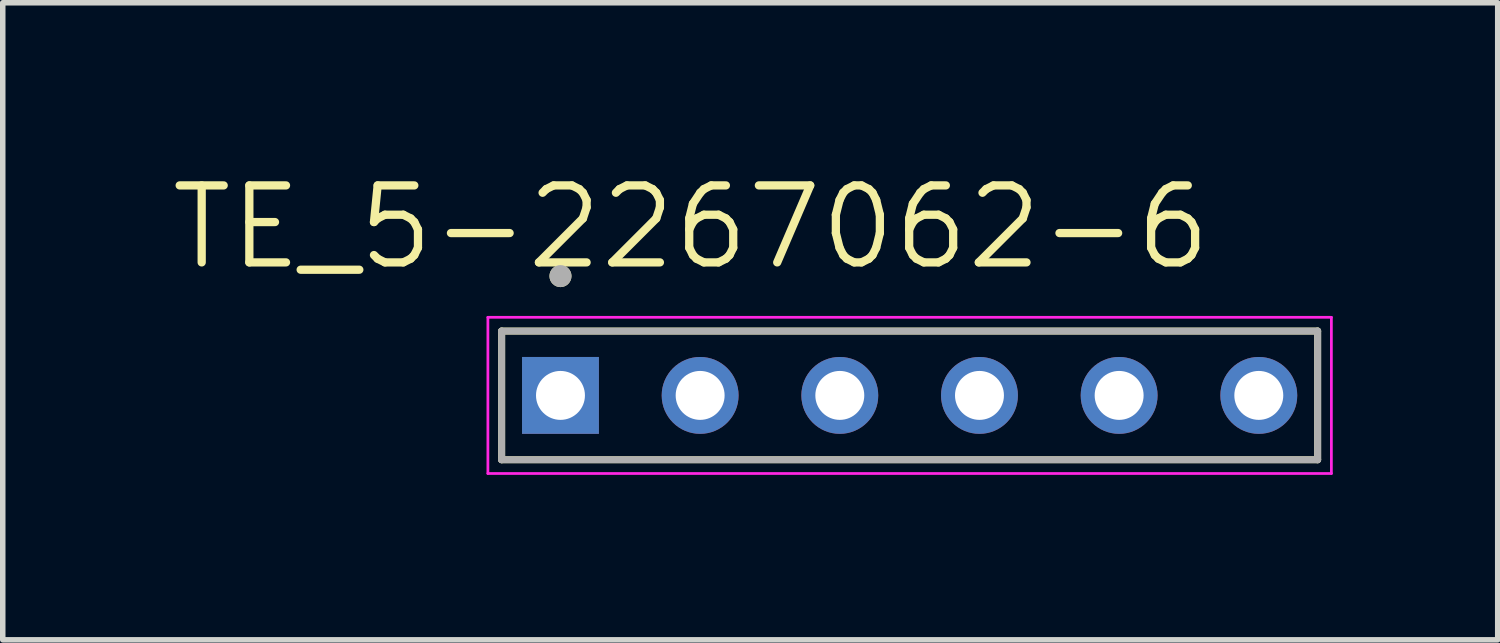
<source format=kicad_pcb>
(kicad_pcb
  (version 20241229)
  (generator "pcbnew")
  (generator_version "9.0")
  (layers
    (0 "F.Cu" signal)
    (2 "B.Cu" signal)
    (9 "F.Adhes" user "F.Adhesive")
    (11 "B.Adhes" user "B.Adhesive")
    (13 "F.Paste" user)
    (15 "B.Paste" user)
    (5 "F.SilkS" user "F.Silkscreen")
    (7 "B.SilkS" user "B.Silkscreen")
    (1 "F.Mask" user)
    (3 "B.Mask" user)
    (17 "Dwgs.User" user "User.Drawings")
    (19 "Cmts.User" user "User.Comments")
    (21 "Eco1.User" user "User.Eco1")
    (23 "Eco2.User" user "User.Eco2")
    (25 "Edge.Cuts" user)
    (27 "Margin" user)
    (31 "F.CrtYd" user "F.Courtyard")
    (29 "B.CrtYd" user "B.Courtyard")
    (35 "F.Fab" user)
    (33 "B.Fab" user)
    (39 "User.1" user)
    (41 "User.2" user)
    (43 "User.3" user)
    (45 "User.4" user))
  (footprint "TE_5-2267062-6"
    (layer "F.Cu")
    (at 13.493 4.141)
    (property "Reference" "TE_5-2267062-6" (at -3.975 -3.059 0) (layer "F.SilkS") (effects (font (size 1.4 1.4) (thickness 0.15))))
    (attr through_hole)
    (fp_line (start -7.42 -1.17) (end 7.42 -1.17) (stroke (width 0.127) (type solid)) (layer "F.SilkS"))
    (fp_line (start -7.42 1.17) (end -7.42 -1.17) (stroke (width 0.127) (type solid)) (layer "F.SilkS"))
    (fp_line (start 7.42 -1.17) (end 7.42 1.17) (stroke (width 0.127) (type solid)) (layer "F.SilkS"))
    (fp_line (start 7.42 1.17) (end -7.42 1.17) (stroke (width 0.127) (type solid)) (layer "F.SilkS"))
    (fp_circle (center -6.35 -2.17) (end -6.25 -2.17) (stroke (width 0.2) (type solid)) (fill no) (layer "F.SilkS"))
    (fp_line (start -7.67 -1.42) (end 7.67 -1.42) (stroke (width 0.05) (type solid)) (layer "F.CrtYd"))
    (fp_line (start -7.67 1.42) (end -7.67 -1.42) (stroke (width 0.05) (type solid)) (layer "F.CrtYd"))
    (fp_line (start 7.67 -1.42) (end 7.67 1.42) (stroke (width 0.05) (type solid)) (layer "F.CrtYd"))
    (fp_line (start 7.67 1.42) (end -7.67 1.42) (stroke (width 0.05) (type solid)) (layer "F.CrtYd"))
    (fp_line (start -7.42 -1.17) (end 7.42 -1.17) (stroke (width 0.127) (type solid)) (layer "F.Fab"))
    (fp_line (start -7.42 1.17) (end -7.42 -1.17) (stroke (width 0.127) (type solid)) (layer "F.Fab"))
    (fp_line (start 7.42 -1.17) (end 7.42 1.17) (stroke (width 0.127) (type solid)) (layer "F.Fab"))
    (fp_line (start 7.42 1.17) (end -7.42 1.17) (stroke (width 0.127) (type solid)) (layer "F.Fab"))
    (fp_circle (center -6.35 -2.17) (end -6.25 -2.17) (stroke (width 0.2) (type solid)) (fill no) (layer "F.Fab"))
    (pad "1" thru_hole rect (at -6.35 0) (size 1.398 1.398) (drill 0.89) (layers "*.Cu" "*.Mask"))
    (pad "2" thru_hole circle (at -3.81 0) (size 1.398 1.398) (drill 0.89) (layers "*.Cu" "*.Mask"))
    (pad "3" thru_hole circle (at -1.27 0) (size 1.398 1.398) (drill 0.89) (layers "*.Cu" "*.Mask"))
    (pad "4" thru_hole circle (at 1.27 0) (size 1.398 1.398) (drill 0.89) (layers "*.Cu" "*.Mask"))
    (pad "5" thru_hole circle (at 3.81 0) (size 1.398 1.398) (drill 0.89) (layers "*.Cu" "*.Mask"))
    (pad "6" thru_hole circle (at 6.35 0) (size 1.398 1.398) (drill 0.89) (layers "*.Cu" "*.Mask")))
  (gr_rect
    (start -3 -3)
    (end 24.188 8.586)
    (stroke (width 0.1) (type default))
    (fill no)
    (layer "Edge.Cuts")))
</source>
